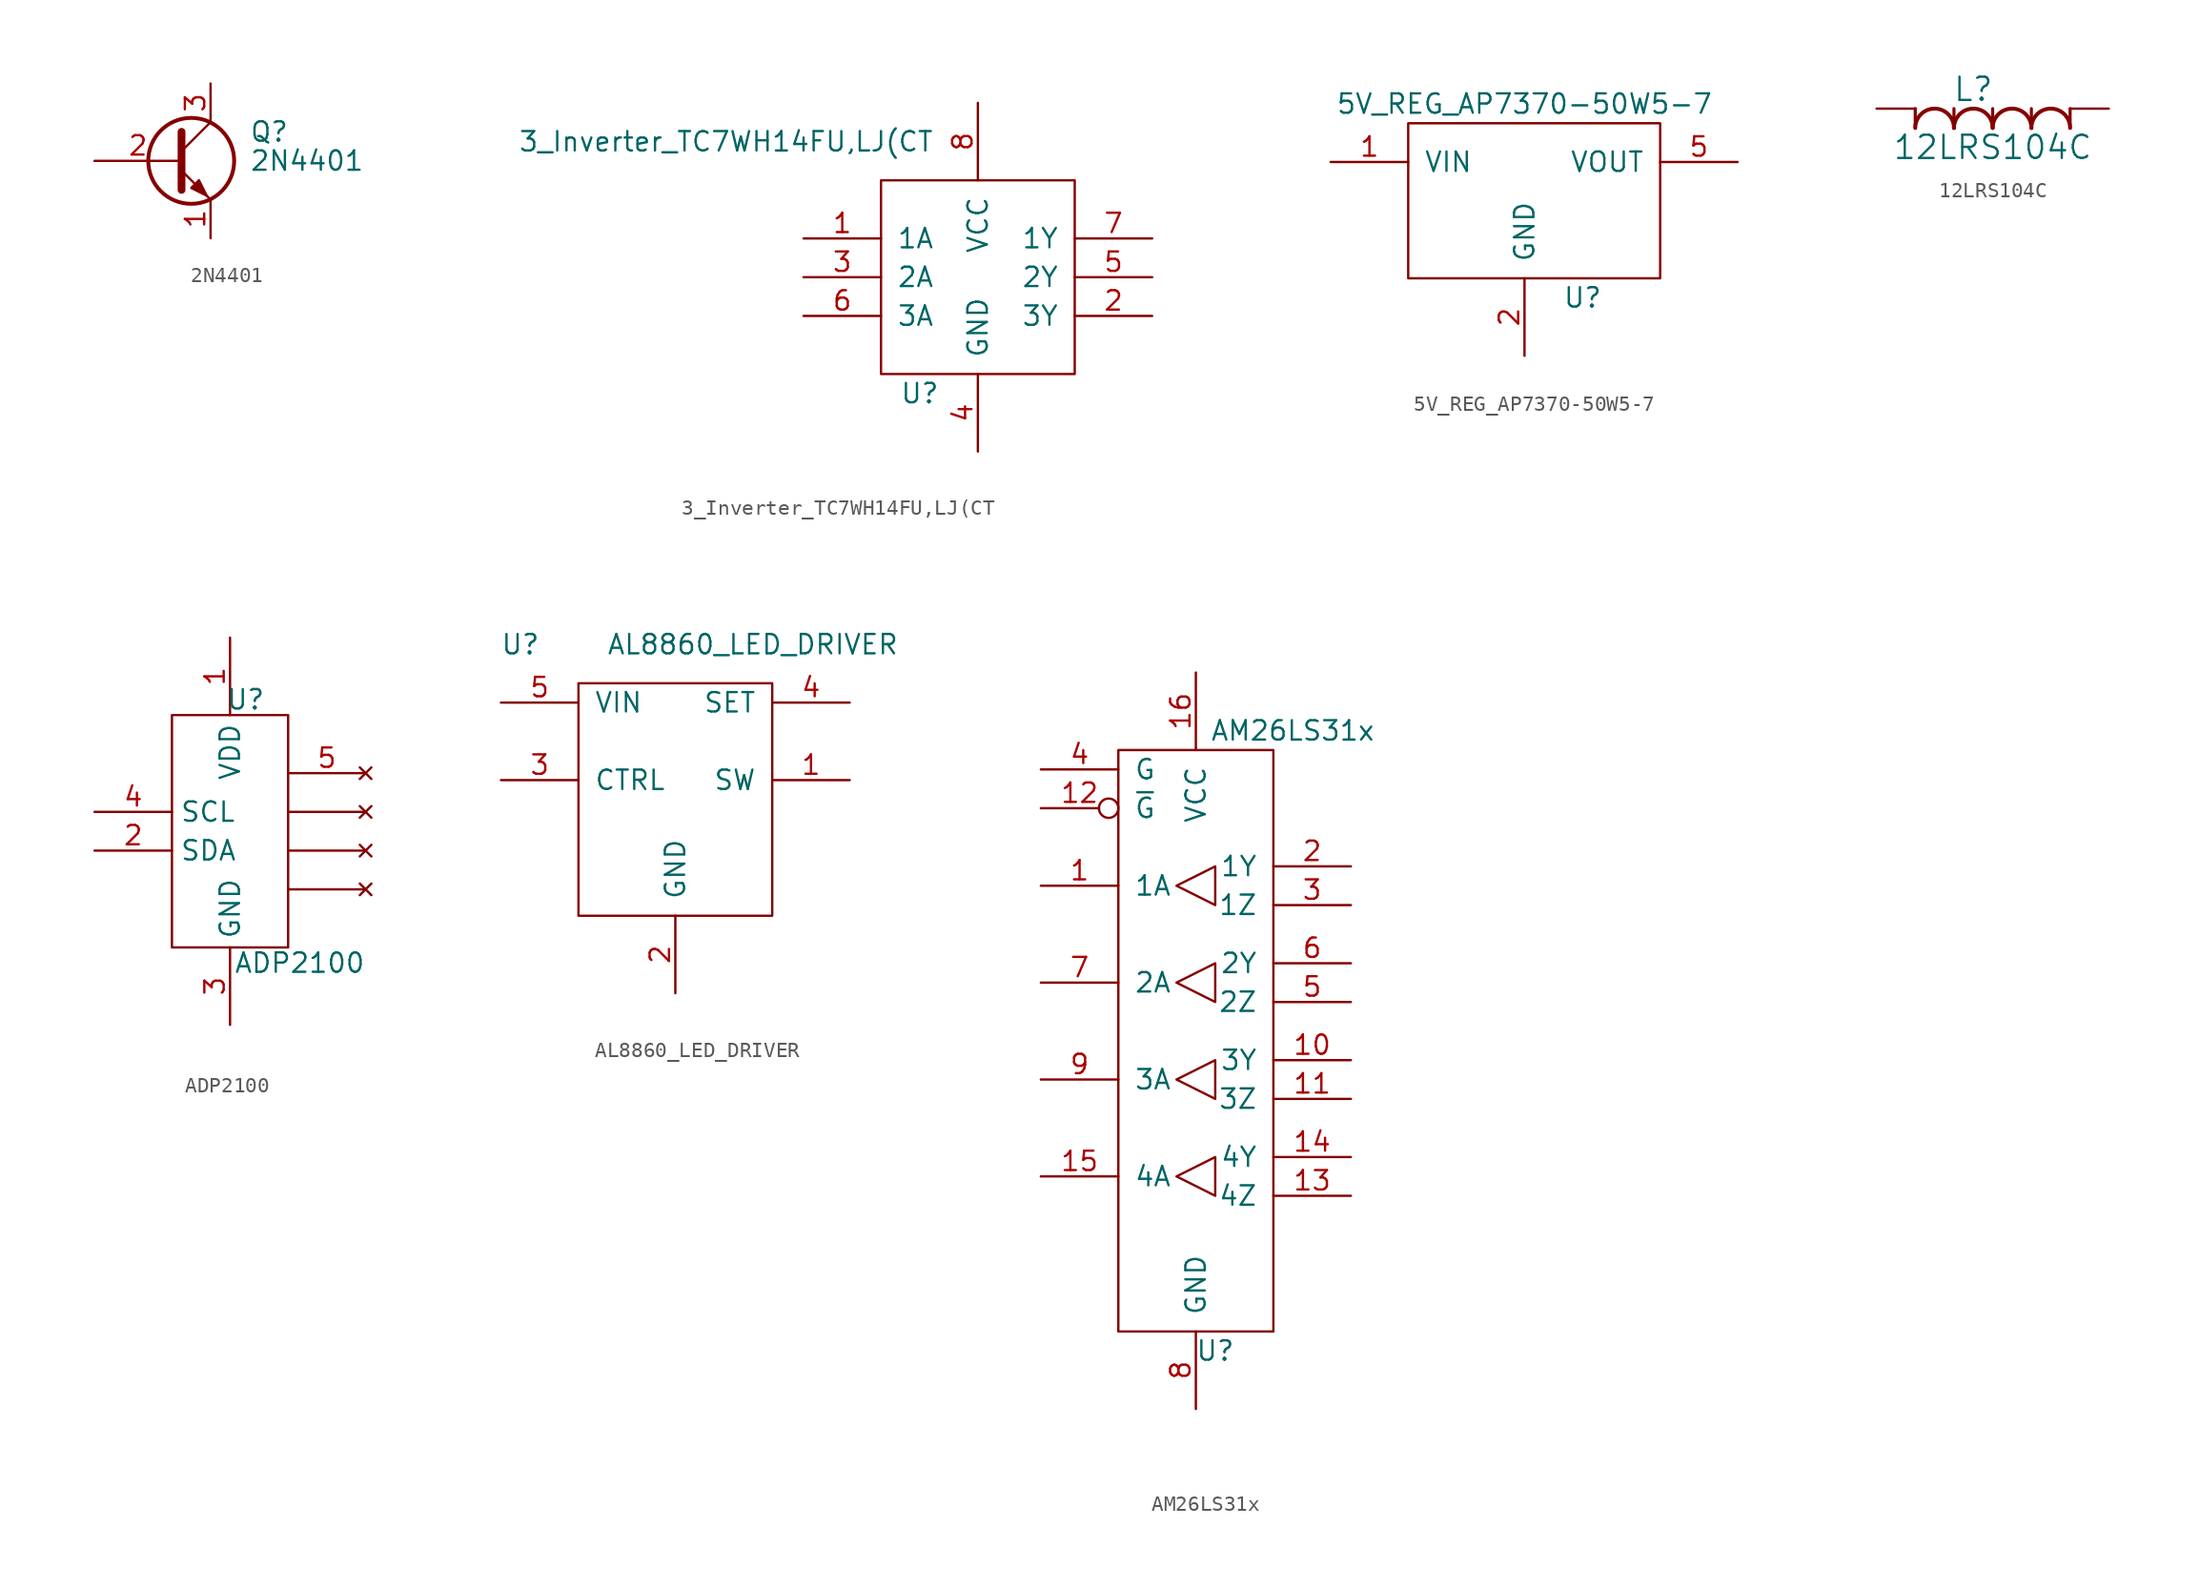
<source format=kicad_sym>
(kicad_symbol_lib
  (version 20231120)
  (generator "kicad_symbol_editor")
  (generator_version "8.0")
  (symbol "2N4401"
    (pin_names
      (offset 0) hide)
    (property "Reference" "Q"
      (at 5.08 1.905 0)
      (effects (font (size 1.27 1.27)) (justify left)))
    (property "Value" "2N4401"
      (at 5.08 0 0)
      (effects (font (size 1.27 1.27)) (justify left)))
    (symbol "2N4401_0_1"
      (polyline (pts (xy 0.635 0.635) (xy 2.54 2.54)) (stroke (width 0) (type default)) (fill (type none)))
      (polyline (pts (xy 0.635 -0.635) (xy 2.54 -2.54) (xy 2.54 -2.54)) (stroke (width 0) (type default)) (fill (type none)))
      (polyline (pts (xy 0.635 1.905) (xy 0.635 -1.905) (xy 0.635 -1.905)) (stroke (width 0.508) (type default)) (fill (type none)))
      (polyline (pts (xy 1.27 -1.778) (xy 1.778 -1.27) (xy 2.286 -2.286) (xy 1.27 -1.778) (xy 1.27 -1.778)) (stroke (width 0) (type default)) (fill (type outline)))
      (circle (center 1.27 0) (radius 2.819) (stroke (width 0.254) (type default)) (fill (type none))))
    (symbol "2N4401_1_1"
      (pin passive line (at 2.54 -5.08 90) (length 2.54) (name "E" (effects (font (size 1.27 1.27)))) (number "1" (effects (font (size 1.27 1.27)))))
      (pin passive line (at -5.08 0 0) (length 5.715) (name "B" (effects (font (size 1.27 1.27)))) (number "2" (effects (font (size 1.27 1.27)))))
      (pin passive line (at 2.54 5.08 270) (length 2.54) (name "C" (effects (font (size 1.27 1.27)))) (number "3" (effects (font (size 1.27 1.27)))))))
  (symbol "3_Inverter_TC7WH14FU,LJ(CT"
    (pin_names
      (offset 1.016))
    (property "Reference" "U"
      (at -3.81 -7.62 0)
      (effects (font (size 1.27 1.27))))
    (property "Value" "3_Inverter_TC7WH14FU,LJ(CT"
      (at -16.51 8.89 0)
      (effects (font (size 1.27 1.27))))
    (symbol "3_Inverter_TC7WH14FU,LJ(CT_0_1"
      (rectangle (start -6.35 6.35) (end 6.35 -6.35) (stroke (width 0) (type default)) (fill (type none))))
    (symbol "3_Inverter_TC7WH14FU,LJ(CT_1_1"
      (pin input line (at -11.43 2.54 0) (length 5.08) (name "1A" (effects (font (size 1.27 1.27)))) (number "1" (effects (font (size 1.27 1.27)))))
      (pin output line (at 11.43 -2.54 180) (length 5.08) (name "3Y" (effects (font (size 1.27 1.27)))) (number "2" (effects (font (size 1.27 1.27)))))
      (pin input line (at -11.43 0 0) (length 5.08) (name "2A" (effects (font (size 1.27 1.27)))) (number "3" (effects (font (size 1.27 1.27)))))
      (pin power_in line (at 0 -11.43 90) (length 5.08) (name "GND" (effects (font (size 1.27 1.27)))) (number "4" (effects (font (size 1.27 1.27)))))
      (pin output line (at 11.43 0 180) (length 5.08) (name "2Y" (effects (font (size 1.27 1.27)))) (number "5" (effects (font (size 1.27 1.27)))))
      (pin input line (at -11.43 -2.54 0) (length 5.08) (name "3A" (effects (font (size 1.27 1.27)))) (number "6" (effects (font (size 1.27 1.27)))))
      (pin output line (at 11.43 2.54 180) (length 5.08) (name "1Y" (effects (font (size 1.27 1.27)))) (number "7" (effects (font (size 1.27 1.27)))))
      (pin power_in line (at 0 11.43 270) (length 5.08) (name "VCC" (effects (font (size 1.27 1.27)))) (number "8" (effects (font (size 1.27 1.27)))))))
  (symbol "5V_REG_AP7370-50W5-7"
    (pin_names
      (offset 1.016))
    (property "Reference" "U"
      (at 3.81 -8.89 0)
      (effects (font (size 1.27 1.27))))
    (property "Value" "5V_REG_AP7370-50W5-7"
      (at 0 3.81 0)
      (effects (font (size 1.27 1.27))))
    (symbol "5V_REG_AP7370-50W5-7_0_1"
      (rectangle (start -7.62 2.54) (end 8.89 -7.62) (stroke (width 0) (type default)) (fill (type none))))
    (symbol "5V_REG_AP7370-50W5-7_1_1"
      (pin power_in line (at -12.7 0 0) (length 5.08) (name "VIN" (effects (font (size 1.27 1.27)))) (number "1" (effects (font (size 1.27 1.27)))))
      (pin power_in line (at 0 -12.7 90) (length 5.08) (name "GND" (effects (font (size 1.27 1.27)))) (number "2" (effects (font (size 1.27 1.27)))))
      (pin power_out line (at 13.97 0 180) (length 5.08) (name "VOUT" (effects (font (size 1.27 1.27)))) (number "5" (effects (font (size 1.27 1.27)))))))
  (symbol "12LRS104C"
    (pin_numbers hide)
    (pin_names
      (offset 0) hide)
    (property "Reference" "L"
      (at -1.27 1.27 0)
      (effects (font (size 1.524 1.524))))
    (property "Value" "12LRS104C"
      (at 0 -2.54 0)
      (effects (font (size 1.524 1.524))))
    (symbol "12LRS104C_1_1"
      (arc (start -2.54 -1.27) (mid -3.81 -0.0055) (end -5.08 -1.27) (stroke (width 0.254) (type default)) (fill (type none)))
      (arc (start 0 -1.27) (mid -1.27 -0.0055) (end -2.54 -1.27) (stroke (width 0.254) (type default)) (fill (type none)))
      (polyline (pts (xy -5.08 0) (xy -5.08 -1.27)) (stroke (width 0.203) (type default)) (fill (type none)))
      (polyline (pts (xy -2.54 0) (xy -2.54 -1.27)) (stroke (width 0.203) (type default)) (fill (type none)))
      (polyline (pts (xy 0 0) (xy 0 -1.27)) (stroke (width 0.203) (type default)) (fill (type none)))
      (polyline (pts (xy 2.54 0) (xy 2.54 -1.27)) (stroke (width 0.203) (type default)) (fill (type none)))
      (polyline (pts (xy 5.08 0) (xy 5.08 -1.27)) (stroke (width 0.203) (type default)) (fill (type none)))
      (arc (start 2.54 -1.27) (mid 1.27 -0.0055) (end 0 -1.27) (stroke (width 0.254) (type default)) (fill (type none)))
      (arc (start 5.08 -1.27) (mid 3.81 -0.0055) (end 2.54 -1.27) (stroke (width 0.254) (type default)) (fill (type none)))
      (pin bidirectional line (at -7.62 0 0) (length 2.54) (name "1" (effects (font (size 1.499 1.499)))) (number "1" (effects (font (size 1.499 1.499)))))
      (pin bidirectional line (at 7.62 0 180) (length 2.54) (name "3" (effects (font (size 1.499 1.499)))) (number "3" (effects (font (size 1.499 1.499)))))))
  (symbol "ADP2100"
    (property "Reference" "U"
      (at 1.016 8.636 0)
      (effects (font (size 1.27 1.27))))
    (property "Value" "ADP2100"
      (at 4.572 -8.636 0)
      (effects (font (size 1.27 1.27))))
    (symbol "ADP2100_0_1"
      (rectangle (start -3.81 7.62) (end 3.81 -7.62) (stroke (width 0) (type default)) (fill (type none))))
    (symbol "ADP2100_1_0"
      (pin no_connect line (at 8.89 -3.81 180) (length 5.08) (name "" (effects (font (size 1.27 1.27)))) (number "" (effects (font (size 1.27 1.27)))))
      (pin no_connect line (at 8.89 -1.27 180) (length 5.08) (name "" (effects (font (size 1.27 1.27)))) (number "" (effects (font (size 1.27 1.27)))))
      (pin no_connect line (at 8.89 1.27 180) (length 5.08) (name "" (effects (font (size 1.27 1.27)))) (number "" (effects (font (size 1.27 1.27)))))
      (pin no_connect line (at 8.89 3.81 180) (length 5.08) (name "" (effects (font (size 1.27 1.27)))) (number "5" (effects (font (size 1.27 1.27))))))
    (symbol "ADP2100_1_1"
      (pin power_in line (at 0 12.7 270) (length 5.08) (name "VDD" (effects (font (size 1.27 1.27)))) (number "1" (effects (font (size 1.27 1.27)))))
      (pin tri_state line (at -8.89 -1.27 0) (length 5.08) (name "SDA" (effects (font (size 1.27 1.27)))) (number "2" (effects (font (size 1.27 1.27)))))
      (pin power_in line (at 0 -12.7 90) (length 5.08) (name "GND" (effects (font (size 1.27 1.27)))) (number "3" (effects (font (size 1.27 1.27)))))
      (pin input line (at -8.89 1.27 0) (length 5.08) (name "SCL" (effects (font (size 1.27 1.27)))) (number "4" (effects (font (size 1.27 1.27)))))))
  (symbol "AL8860_LED_DRIVER"
    (pin_names
      (offset 1.016))
    (property "Reference" "U"
      (at -10.16 6.35 0)
      (effects (font (size 1.27 1.27))))
    (property "Value" "AL8860_LED_DRIVER"
      (at 5.08 6.35 0)
      (effects (font (size 1.27 1.27))))
    (symbol "AL8860_LED_DRIVER_0_1"
      (rectangle (start -6.35 3.81) (end 6.35 -11.43) (stroke (width 0) (type default)) (fill (type none))))
    (symbol "AL8860_LED_DRIVER_1_1"
      (pin input line (at 11.43 -2.54 180) (length 5.08) (name "SW" (effects (font (size 1.27 1.27)))) (number "1" (effects (font (size 1.27 1.27)))))
      (pin power_in line (at 0 -16.51 90) (length 5.08) (name "GND" (effects (font (size 1.27 1.27)))) (number "2" (effects (font (size 1.27 1.27)))))
      (pin input line (at -11.43 -2.54 0) (length 5.08) (name "CTRL" (effects (font (size 1.27 1.27)))) (number "3" (effects (font (size 1.27 1.27)))))
      (pin input line (at 11.43 2.54 180) (length 5.08) (name "SET" (effects (font (size 1.27 1.27)))) (number "4" (effects (font (size 1.27 1.27)))))
      (pin power_in line (at -11.43 2.54 0) (length 5.08) (name "VIN" (effects (font (size 1.27 1.27)))) (number "5" (effects (font (size 1.27 1.27)))))))
  (symbol "AM26LS31x"
    (pin_names
      (offset 1.016))
    (property "Reference" "U"
      (at 1.27 -22.86 0)
      (effects (font (size 1.27 1.27))))
    (property "Value" "AM26LS31x"
      (at 6.35 17.78 0)
      (effects (font (size 1.27 1.27))))
    (symbol "AM26LS31x_0_1"
      (rectangle (start -5.08 16.51) (end 5.08 -21.59) (stroke (width 0) (type default)) (fill (type none)))
      (polyline (pts (xy -1.27 -11.43) (xy 1.27 -10.16) (xy 1.27 -12.7) (xy -1.27 -11.43)) (stroke (width 0) (type default)) (fill (type none)))
      (polyline (pts (xy -1.27 -5.08) (xy 1.27 -3.81) (xy 1.27 -6.35) (xy -1.27 -5.08)) (stroke (width 0) (type default)) (fill (type none)))
      (polyline (pts (xy -1.27 1.27) (xy 1.27 2.54) (xy 1.27 0) (xy -1.27 1.27)) (stroke (width 0) (type default)) (fill (type none)))
      (polyline (pts (xy -1.27 7.62) (xy 1.27 8.89) (xy 1.27 6.35) (xy -1.27 7.62)) (stroke (width 0) (type default)) (fill (type none))))
    (symbol "AM26LS31x_1_1"
      (pin input line (at -10.16 7.62 0) (length 5.08) (name "1A" (effects (font (size 1.27 1.27)))) (number "1" (effects (font (size 1.27 1.27)))))
      (pin output line (at 10.16 -3.81 180) (length 5.08) (name "3Y" (effects (font (size 1.27 1.27)))) (number "10" (effects (font (size 1.27 1.27)))))
      (pin output line (at 10.16 -6.35 180) (length 5.08) (name "3Z" (effects (font (size 1.27 1.27)))) (number "11" (effects (font (size 1.27 1.27)))))
      (pin input inverted (at -10.16 12.7 0) (length 5.08) (name "~{G}" (effects (font (size 1.27 1.27)))) (number "12" (effects (font (size 1.27 1.27)))))
      (pin output line (at 10.16 -12.7 180) (length 5.08) (name "4Z" (effects (font (size 1.27 1.27)))) (number "13" (effects (font (size 1.27 1.27)))))
      (pin output line (at 10.16 -10.16 180) (length 5.08) (name "4Y" (effects (font (size 1.27 1.27)))) (number "14" (effects (font (size 1.27 1.27)))))
      (pin input line (at -10.16 -11.43 0) (length 5.08) (name "4A" (effects (font (size 1.27 1.27)))) (number "15" (effects (font (size 1.27 1.27)))))
      (pin power_in line (at 0 21.59 270) (length 5.08) (name "VCC" (effects (font (size 1.27 1.27)))) (number "16" (effects (font (size 1.27 1.27)))))
      (pin output line (at 10.16 8.89 180) (length 5.08) (name "1Y" (effects (font (size 1.27 1.27)))) (number "2" (effects (font (size 1.27 1.27)))))
      (pin output line (at 10.16 6.35 180) (length 5.08) (name "1Z" (effects (font (size 1.27 1.27)))) (number "3" (effects (font (size 1.27 1.27)))))
      (pin input line (at -10.16 15.24 0) (length 5.08) (name "G" (effects (font (size 1.27 1.27)))) (number "4" (effects (font (size 1.27 1.27)))))
      (pin output line (at 10.16 0 180) (length 5.08) (name "2Z" (effects (font (size 1.27 1.27)))) (number "5" (effects (font (size 1.27 1.27)))))
      (pin output line (at 10.16 2.54 180) (length 5.08) (name "2Y" (effects (font (size 1.27 1.27)))) (number "6" (effects (font (size 1.27 1.27)))))
      (pin input line (at -10.16 1.27 0) (length 5.08) (name "2A" (effects (font (size 1.27 1.27)))) (number "7" (effects (font (size 1.27 1.27)))))
      (pin power_in line (at 0 -26.67 90) (length 5.08) (name "GND" (effects (font (size 1.27 1.27)))) (number "8" (effects (font (size 1.27 1.27)))))
      (pin input line (at -10.16 -5.08 0) (length 5.08) (name "3A" (effects (font (size 1.27 1.27)))) (number "9" (effects (font (size 1.27 1.27))))))))
</source>
